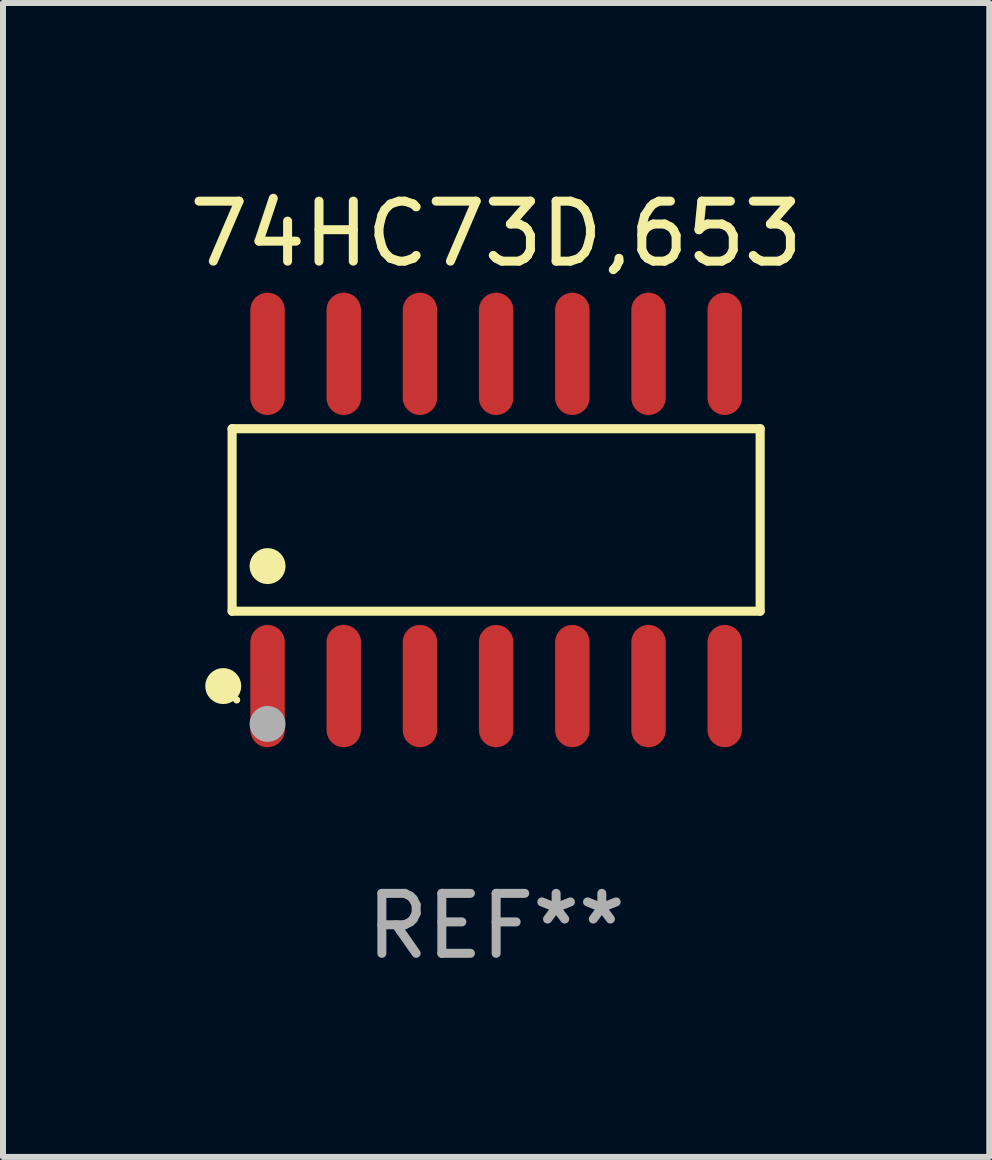
<source format=kicad_pcb>
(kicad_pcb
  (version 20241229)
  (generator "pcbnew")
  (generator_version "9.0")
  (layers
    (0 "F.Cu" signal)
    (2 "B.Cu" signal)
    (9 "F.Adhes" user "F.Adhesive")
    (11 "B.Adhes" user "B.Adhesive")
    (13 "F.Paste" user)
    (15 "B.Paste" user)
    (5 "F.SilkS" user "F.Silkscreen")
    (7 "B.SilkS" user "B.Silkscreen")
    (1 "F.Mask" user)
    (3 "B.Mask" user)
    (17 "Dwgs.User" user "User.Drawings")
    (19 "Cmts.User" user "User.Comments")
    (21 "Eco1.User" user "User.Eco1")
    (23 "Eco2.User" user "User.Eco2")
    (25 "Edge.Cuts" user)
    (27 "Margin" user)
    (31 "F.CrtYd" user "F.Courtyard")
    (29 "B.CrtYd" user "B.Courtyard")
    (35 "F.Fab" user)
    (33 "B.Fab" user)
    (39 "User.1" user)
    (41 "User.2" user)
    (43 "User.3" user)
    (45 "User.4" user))
  (footprint "74HC73D,653"
    (layer "F.Cu")
    (at 5.22 5.617)
    (property "Reference" "74HC73D,653" (at 0 -4.769 0) (layer "F.SilkS") (effects (font (size 1 1) (thickness 0.15))))
    (attr through_hole)
    (fp_line (start -4.401 -1.521) (end 4.401 -1.521) (stroke (width 0.152) (type solid)) (layer "F.SilkS"))
    (fp_line (start -4.401 1.521) (end -4.401 -1.521) (stroke (width 0.152) (type solid)) (layer "F.SilkS"))
    (fp_line (start 4.401 -1.521) (end 4.401 1.521) (stroke (width 0.152) (type solid)) (layer "F.SilkS"))
    (fp_line (start 4.401 1.521) (end -4.401 1.521) (stroke (width 0.152) (type solid)) (layer "F.SilkS"))
    (fp_circle (center -4.549 2.769) (end -4.399 2.769) (stroke (width 0.3) (type solid)) (fill no) (layer "F.SilkS"))
    (fp_circle (center -4.325 3) (end -4.295 3) (stroke (width 0.06) (type solid)) (fill no) (layer "F.SilkS"))
    (fp_circle (center -3.81 0.769) (end -3.66 0.769) (stroke (width 0.3) (type solid)) (fill no) (layer "F.SilkS"))
    (fp_circle (center -3.81 3.4) (end -3.66 3.4) (stroke (width 0.3) (type solid)) (fill no) (layer "F.Fab"))
    (fp_text user "REF**" (at 0 6.769 0) (layer "F.Fab") (effects (font (size 1 1) (thickness 0.15))))
    (pad "1" smd oval (at -3.81 2.769) (size 0.574 2.038) (layers "F.Cu" "F.Mask" "F.Paste"))
    (pad "2" smd oval (at -2.54 2.769) (size 0.574 2.038) (layers "F.Cu" "F.Mask" "F.Paste"))
    (pad "3" smd oval (at -1.27 2.769) (size 0.574 2.038) (layers "F.Cu" "F.Mask" "F.Paste"))
    (pad "4" smd oval (at 0 2.769) (size 0.574 2.038) (layers "F.Cu" "F.Mask" "F.Paste"))
    (pad "5" smd oval (at 1.27 2.769) (size 0.574 2.038) (layers "F.Cu" "F.Mask" "F.Paste"))
    (pad "6" smd oval (at 2.54 2.769) (size 0.574 2.038) (layers "F.Cu" "F.Mask" "F.Paste"))
    (pad "7" smd oval (at 3.81 2.769) (size 0.574 2.038) (layers "F.Cu" "F.Mask" "F.Paste"))
    (pad "8" smd oval (at 3.81 -2.769) (size 0.574 2.038) (layers "F.Cu" "F.Mask" "F.Paste"))
    (pad "9" smd oval (at 2.54 -2.769) (size 0.574 2.038) (layers "F.Cu" "F.Mask" "F.Paste"))
    (pad "10" smd oval (at 1.27 -2.769) (size 0.574 2.038) (layers "F.Cu" "F.Mask" "F.Paste"))
    (pad "11" smd oval (at 0 -2.769) (size 0.574 2.038) (layers "F.Cu" "F.Mask" "F.Paste"))
    (pad "12" smd oval (at -1.27 -2.769) (size 0.574 2.038) (layers "F.Cu" "F.Mask" "F.Paste"))
    (pad "13" smd oval (at -2.54 -2.769) (size 0.574 2.038) (layers "F.Cu" "F.Mask" "F.Paste"))
    (pad "14" smd oval (at -3.81 -2.769) (size 0.574 2.038) (layers "F.Cu" "F.Mask" "F.Paste")))
  (gr_rect
    (start -3 -3)
    (end 13.44 16.235)
    (stroke (width 0.1) (type default))
    (fill no)
    (layer "Edge.Cuts")))
</source>
